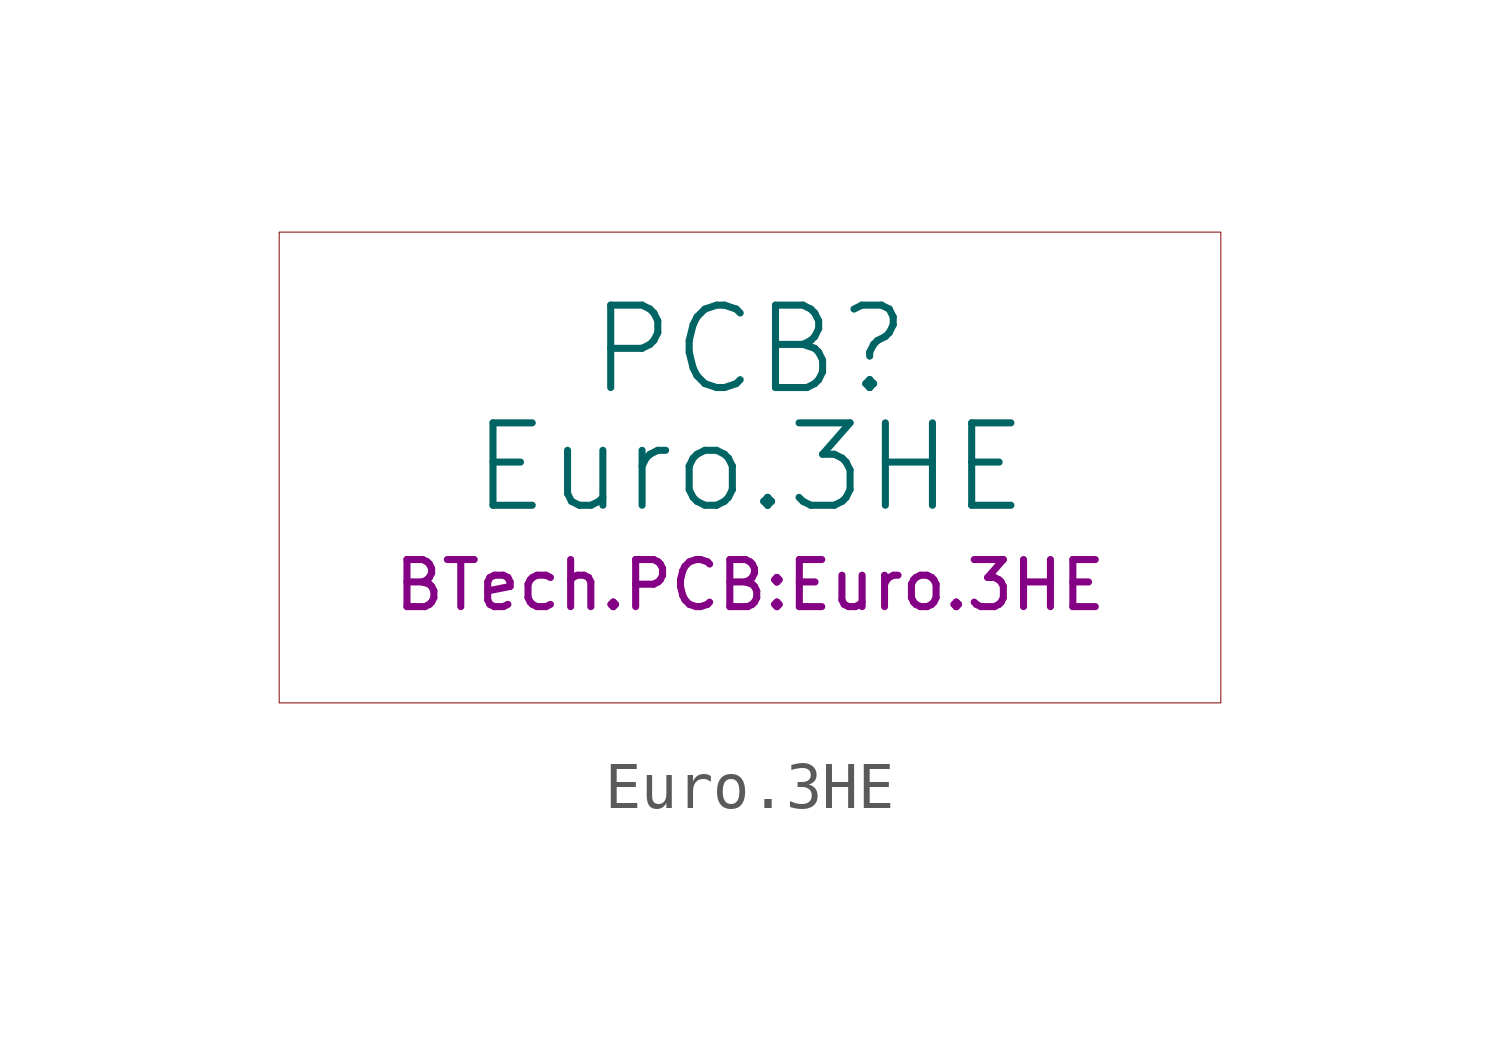
<source format=kicad_sym>
(kicad_symbol_lib
  (version 20201005)
  (generator kicad_symbol_editor)
  (symbol "PCB:Euro.3HE"
    (property "Reference" "PCB"
      (at 0 2.54 0)
      (effects (font (size 1.778 1.778))))
    (property "Value" "Euro.3HE"
      (at 0 0 0)
      (effects (font (size 1.778 1.778))))
    (property "Footprint" "BTech.PCB:Euro.3HE"
      (at 0 -2.54 0)
      (effects (font (size 1.016 1.016))))
    (symbol "Euro.3HE_0_1"
      (polyline (pts (xy -10.16 5.08) (xy 10.16 5.08) (xy 10.16 -5.08) (xy -10.16 -5.08) (xy -10.16 5.08)) (stroke (width 0.001)) (fill (type none))))))
</source>
